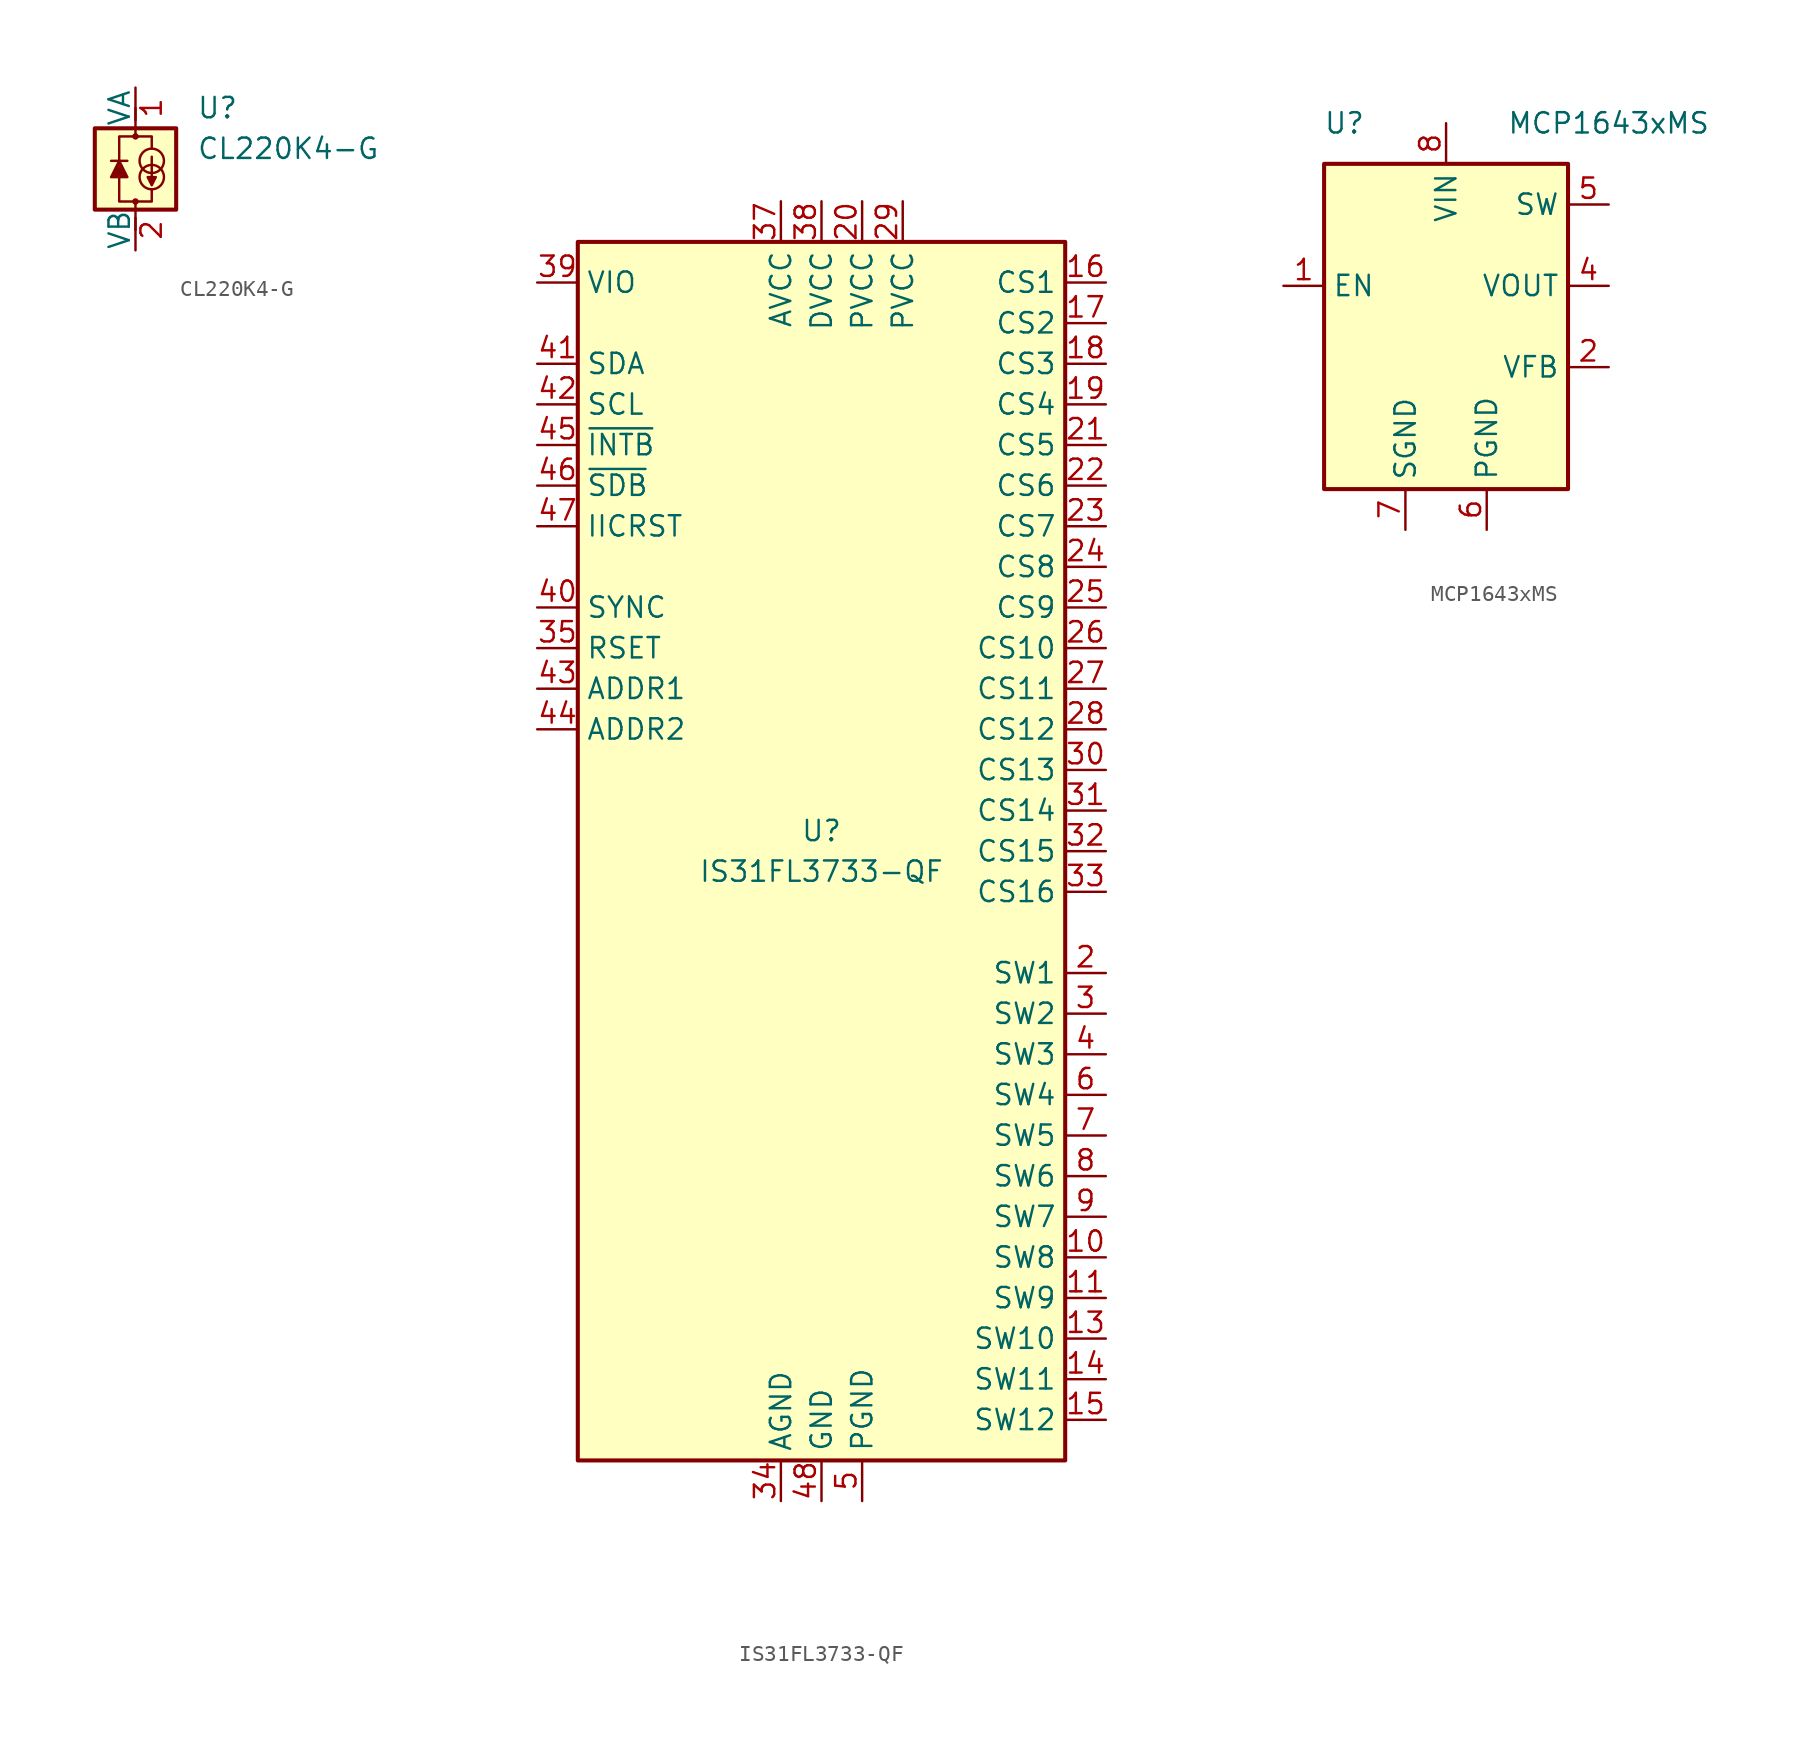
<source format=kicad_sym>
(kicad_symbol_lib
  (version 20200908)
  (generator kicad_symbol_editor)
  (symbol "Driver_LED:CL220K4-G"
    (pin_names
      (offset 0))
    (property "Reference" "U"
      (at 3.81 3.81 0)
      (effects (font (size 1.27 1.27)) (justify left)))
    (property "Value" "CL220K4-G"
      (at 3.81 1.27 0)
      (effects (font (size 1.27 1.27)) (justify left)))
    (symbol "CL220K4-G_0_1"
      (circle (center 0 -2.032) (radius 0.127) (stroke (width 0)) (fill (type none)))
      (circle (center 0 2.032) (radius 0.127) (stroke (width 0)) (fill (type none)))
      (circle (center 1.016 -0.508) (radius 0.762) (stroke (width 0)) (fill (type none)))
      (circle (center 1.016 0.508) (radius 0.762) (stroke (width 0)) (fill (type none)))
      (rectangle (start -2.54 2.54) (end 2.54 -2.54) (stroke (width 0.254)) (fill (type background)))
      (polyline (pts (xy -1.524 0.508) (xy -0.508 0.508)) (stroke (width 0)) (fill (type none)))
      (polyline (pts (xy 0 -3.048) (xy 0 -3.81)) (stroke (width 0)) (fill (type none)))
      (polyline (pts (xy 0 -2.032) (xy 0 -2.54)) (stroke (width 0)) (fill (type none)))
      (polyline (pts (xy 0 2.032) (xy 0 2.54)) (stroke (width 0)) (fill (type none)))
      (polyline (pts (xy 0 3.048) (xy 0 3.81)) (stroke (width 0)) (fill (type none)))
      (polyline (pts (xy -1.016 -0.508) (xy -1.016 -2.032) (xy 1.016 -2.032) (xy 1.016 -1.27)) (stroke (width 0)) (fill (type none)))
      (polyline (pts (xy -1.016 0.508) (xy -1.524 -0.508) (xy -0.508 -0.508) (xy -1.016 0.508)) (stroke (width 0)) (fill (type outline)))
      (polyline (pts (xy 1.016 1.27) (xy 1.016 2.032) (xy -1.016 2.032) (xy -1.016 0.508)) (stroke (width 0)) (fill (type none)))
      (polyline (pts (xy 1.016 0.762) (xy 1.016 -1.016) (xy 0.762 -0.508) (xy 1.27 -0.508) (xy 1.016 -1.016)) (stroke (width 0)) (fill (type outline))))
    (symbol "CL220K4-G_1_1"
      (pin input line (at 0 5.08 270) (length 2.54) (name "VA" (effects (font (size 1.27 1.27)))) (number "1" (effects (font (size 1.27 1.27)))))
      (pin input line (at 0 -5.08 90) (length 2.54) (name "VB" (effects (font (size 1.27 1.27)))) (number "2" (effects (font (size 1.27 1.27)))))
      (pin unconnected line (at 0 -2.54 90) (length 2.54) hide (name "NC" (effects (font (size 1.27 1.27)))) (number "3" (effects (font (size 1.27 1.27)))))))
  (symbol "Driver_LED:IS31FL3733-QF"
    (property "Reference" "U"
      (at 0 1.27 0)
      (effects (font (size 1.27 1.27))))
    (property "Value" "IS31FL3733-QF"
      (at 0 -1.27 0)
      (effects (font (size 1.27 1.27))))
    (symbol "IS31FL3733-QF_0_1"
      (rectangle (start -15.24 38.1) (end 15.24 -38.1) (stroke (width 0.254)) (fill (type background))))
    (symbol "IS31FL3733-QF_1_1"
      (pin unconnected line (at -15.24 -33.02 0) (length 2.54) hide (name "NC" (effects (font (size 1.27 1.27)))) (number "1" (effects (font (size 1.27 1.27)))))
      (pin input line (at 17.78 -25.4 180) (length 2.54) (name "SW8" (effects (font (size 1.27 1.27)))) (number "10" (effects (font (size 1.27 1.27)))))
      (pin input line (at 17.78 -27.94 180) (length 2.54) (name "SW9" (effects (font (size 1.27 1.27)))) (number "11" (effects (font (size 1.27 1.27)))))
      (pin passive line (at 2.54 -40.64 90) (length 2.54) hide (name "PGND" (effects (font (size 1.27 1.27)))) (number "12" (effects (font (size 1.27 1.27)))))
      (pin input line (at 17.78 -30.48 180) (length 2.54) (name "SW10" (effects (font (size 1.27 1.27)))) (number "13" (effects (font (size 1.27 1.27)))))
      (pin input line (at 17.78 -33.02 180) (length 2.54) (name "SW11" (effects (font (size 1.27 1.27)))) (number "14" (effects (font (size 1.27 1.27)))))
      (pin input line (at 17.78 -35.56 180) (length 2.54) (name "SW12" (effects (font (size 1.27 1.27)))) (number "15" (effects (font (size 1.27 1.27)))))
      (pin output line (at 17.78 35.56 180) (length 2.54) (name "CS1" (effects (font (size 1.27 1.27)))) (number "16" (effects (font (size 1.27 1.27)))))
      (pin output line (at 17.78 33.02 180) (length 2.54) (name "CS2" (effects (font (size 1.27 1.27)))) (number "17" (effects (font (size 1.27 1.27)))))
      (pin output line (at 17.78 30.48 180) (length 2.54) (name "CS3" (effects (font (size 1.27 1.27)))) (number "18" (effects (font (size 1.27 1.27)))))
      (pin output line (at 17.78 27.94 180) (length 2.54) (name "CS4" (effects (font (size 1.27 1.27)))) (number "19" (effects (font (size 1.27 1.27)))))
      (pin input line (at 17.78 -7.62 180) (length 2.54) (name "SW1" (effects (font (size 1.27 1.27)))) (number "2" (effects (font (size 1.27 1.27)))))
      (pin power_in line (at 2.54 40.64 270) (length 2.54) (name "PVCC" (effects (font (size 1.27 1.27)))) (number "20" (effects (font (size 1.27 1.27)))))
      (pin output line (at 17.78 25.4 180) (length 2.54) (name "CS5" (effects (font (size 1.27 1.27)))) (number "21" (effects (font (size 1.27 1.27)))))
      (pin output line (at 17.78 22.86 180) (length 2.54) (name "CS6" (effects (font (size 1.27 1.27)))) (number "22" (effects (font (size 1.27 1.27)))))
      (pin output line (at 17.78 20.32 180) (length 2.54) (name "CS7" (effects (font (size 1.27 1.27)))) (number "23" (effects (font (size 1.27 1.27)))))
      (pin output line (at 17.78 17.78 180) (length 2.54) (name "CS8" (effects (font (size 1.27 1.27)))) (number "24" (effects (font (size 1.27 1.27)))))
      (pin output line (at 17.78 15.24 180) (length 2.54) (name "CS9" (effects (font (size 1.27 1.27)))) (number "25" (effects (font (size 1.27 1.27)))))
      (pin output line (at 17.78 12.7 180) (length 2.54) (name "CS10" (effects (font (size 1.27 1.27)))) (number "26" (effects (font (size 1.27 1.27)))))
      (pin output line (at 17.78 10.16 180) (length 2.54) (name "CS11" (effects (font (size 1.27 1.27)))) (number "27" (effects (font (size 1.27 1.27)))))
      (pin output line (at 17.78 7.62 180) (length 2.54) (name "CS12" (effects (font (size 1.27 1.27)))) (number "28" (effects (font (size 1.27 1.27)))))
      (pin power_in line (at 5.08 40.64 270) (length 2.54) (name "PVCC" (effects (font (size 1.27 1.27)))) (number "29" (effects (font (size 1.27 1.27)))))
      (pin input line (at 17.78 -10.16 180) (length 2.54) (name "SW2" (effects (font (size 1.27 1.27)))) (number "3" (effects (font (size 1.27 1.27)))))
      (pin output line (at 17.78 5.08 180) (length 2.54) (name "CS13" (effects (font (size 1.27 1.27)))) (number "30" (effects (font (size 1.27 1.27)))))
      (pin output line (at 17.78 2.54 180) (length 2.54) (name "CS14" (effects (font (size 1.27 1.27)))) (number "31" (effects (font (size 1.27 1.27)))))
      (pin output line (at 17.78 0 180) (length 2.54) (name "CS15" (effects (font (size 1.27 1.27)))) (number "32" (effects (font (size 1.27 1.27)))))
      (pin output line (at 17.78 -2.54 180) (length 2.54) (name "CS16" (effects (font (size 1.27 1.27)))) (number "33" (effects (font (size 1.27 1.27)))))
      (pin power_in line (at -2.54 -40.64 90) (length 2.54) (name "AGND" (effects (font (size 1.27 1.27)))) (number "34" (effects (font (size 1.27 1.27)))))
      (pin passive line (at -17.78 12.7 0) (length 2.54) (name "RSET" (effects (font (size 1.27 1.27)))) (number "35" (effects (font (size 1.27 1.27)))))
      (pin unconnected line (at -15.24 -35.56 0) (length 2.54) hide (name "NC" (effects (font (size 1.27 1.27)))) (number "36" (effects (font (size 1.27 1.27)))))
      (pin power_in line (at -2.54 40.64 270) (length 2.54) (name "AVCC" (effects (font (size 1.27 1.27)))) (number "37" (effects (font (size 1.27 1.27)))))
      (pin power_in line (at 0 40.64 270) (length 2.54) (name "DVCC" (effects (font (size 1.27 1.27)))) (number "38" (effects (font (size 1.27 1.27)))))
      (pin input line (at -17.78 35.56 0) (length 2.54) (name "VIO" (effects (font (size 1.27 1.27)))) (number "39" (effects (font (size 1.27 1.27)))))
      (pin input line (at 17.78 -12.7 180) (length 2.54) (name "SW3" (effects (font (size 1.27 1.27)))) (number "4" (effects (font (size 1.27 1.27)))))
      (pin input line (at -17.78 15.24 0) (length 2.54) (name "SYNC" (effects (font (size 1.27 1.27)))) (number "40" (effects (font (size 1.27 1.27)))))
      (pin bidirectional line (at -17.78 30.48 0) (length 2.54) (name "SDA" (effects (font (size 1.27 1.27)))) (number "41" (effects (font (size 1.27 1.27)))))
      (pin input line (at -17.78 27.94 0) (length 2.54) (name "SCL" (effects (font (size 1.27 1.27)))) (number "42" (effects (font (size 1.27 1.27)))))
      (pin input line (at -17.78 10.16 0) (length 2.54) (name "ADDR1" (effects (font (size 1.27 1.27)))) (number "43" (effects (font (size 1.27 1.27)))))
      (pin input line (at -17.78 7.62 0) (length 2.54) (name "ADDR2" (effects (font (size 1.27 1.27)))) (number "44" (effects (font (size 1.27 1.27)))))
      (pin open_collector line (at -17.78 25.4 0) (length 2.54) (name "~INTB" (effects (font (size 1.27 1.27)))) (number "45" (effects (font (size 1.27 1.27)))))
      (pin input line (at -17.78 22.86 0) (length 2.54) (name "~SDB" (effects (font (size 1.27 1.27)))) (number "46" (effects (font (size 1.27 1.27)))))
      (pin input line (at -17.78 20.32 0) (length 2.54) (name "IICRST" (effects (font (size 1.27 1.27)))) (number "47" (effects (font (size 1.27 1.27)))))
      (pin power_in line (at 0 -40.64 90) (length 2.54) (name "GND" (effects (font (size 1.27 1.27)))) (number "48" (effects (font (size 1.27 1.27)))))
      (pin passive line (at 0 -40.64 90) (length 2.54) hide (name "GND" (effects (font (size 1.27 1.27)))) (number "49" (effects (font (size 1.27 1.27)))))
      (pin power_in line (at 2.54 -40.64 90) (length 2.54) (name "PGND" (effects (font (size 1.27 1.27)))) (number "5" (effects (font (size 1.27 1.27)))))
      (pin input line (at 17.78 -15.24 180) (length 2.54) (name "SW4" (effects (font (size 1.27 1.27)))) (number "6" (effects (font (size 1.27 1.27)))))
      (pin input line (at 17.78 -17.78 180) (length 2.54) (name "SW5" (effects (font (size 1.27 1.27)))) (number "7" (effects (font (size 1.27 1.27)))))
      (pin input line (at 17.78 -20.32 180) (length 2.54) (name "SW6" (effects (font (size 1.27 1.27)))) (number "8" (effects (font (size 1.27 1.27)))))
      (pin input line (at 17.78 -22.86 180) (length 2.54) (name "SW7" (effects (font (size 1.27 1.27)))) (number "9" (effects (font (size 1.27 1.27)))))))
  (symbol "Driver_LED:MCP1643xMS"
    (property "Reference" "U"
      (at -6.35 12.7 0)
      (effects (font (size 1.27 1.27))))
    (property "Value" "MCP1643xMS"
      (at 10.16 12.7 0)
      (effects (font (size 1.27 1.27))))
    (symbol "MCP1643xMS_0_1"
      (rectangle (start -7.62 10.16) (end 7.62 -10.16) (stroke (width 0.254)) (fill (type background))))
    (symbol "MCP1643xMS_1_1"
      (pin input line (at -10.16 2.54 0) (length 2.54) (name "EN" (effects (font (size 1.27 1.27)))) (number "1" (effects (font (size 1.27 1.27)))))
      (pin input line (at 10.16 -2.54 180) (length 2.54) (name "VFB" (effects (font (size 1.27 1.27)))) (number "2" (effects (font (size 1.27 1.27)))))
      (pin unconnected line (at -7.62 -2.54 0) (length 2.54) hide (name "NC" (effects (font (size 1.27 1.27)))) (number "3" (effects (font (size 1.27 1.27)))))
      (pin power_out line (at 10.16 2.54 180) (length 2.54) (name "VOUT" (effects (font (size 1.27 1.27)))) (number "4" (effects (font (size 1.27 1.27)))))
      (pin passive line (at 10.16 7.62 180) (length 2.54) (name "SW" (effects (font (size 1.27 1.27)))) (number "5" (effects (font (size 1.27 1.27)))))
      (pin power_in line (at 2.54 -12.7 90) (length 2.54) (name "PGND" (effects (font (size 1.27 1.27)))) (number "6" (effects (font (size 1.27 1.27)))))
      (pin power_in line (at -2.54 -12.7 90) (length 2.54) (name "SGND" (effects (font (size 1.27 1.27)))) (number "7" (effects (font (size 1.27 1.27)))))
      (pin power_in line (at 0 12.7 270) (length 2.54) (name "VIN" (effects (font (size 1.27 1.27)))) (number "8" (effects (font (size 1.27 1.27))))))))
</source>
